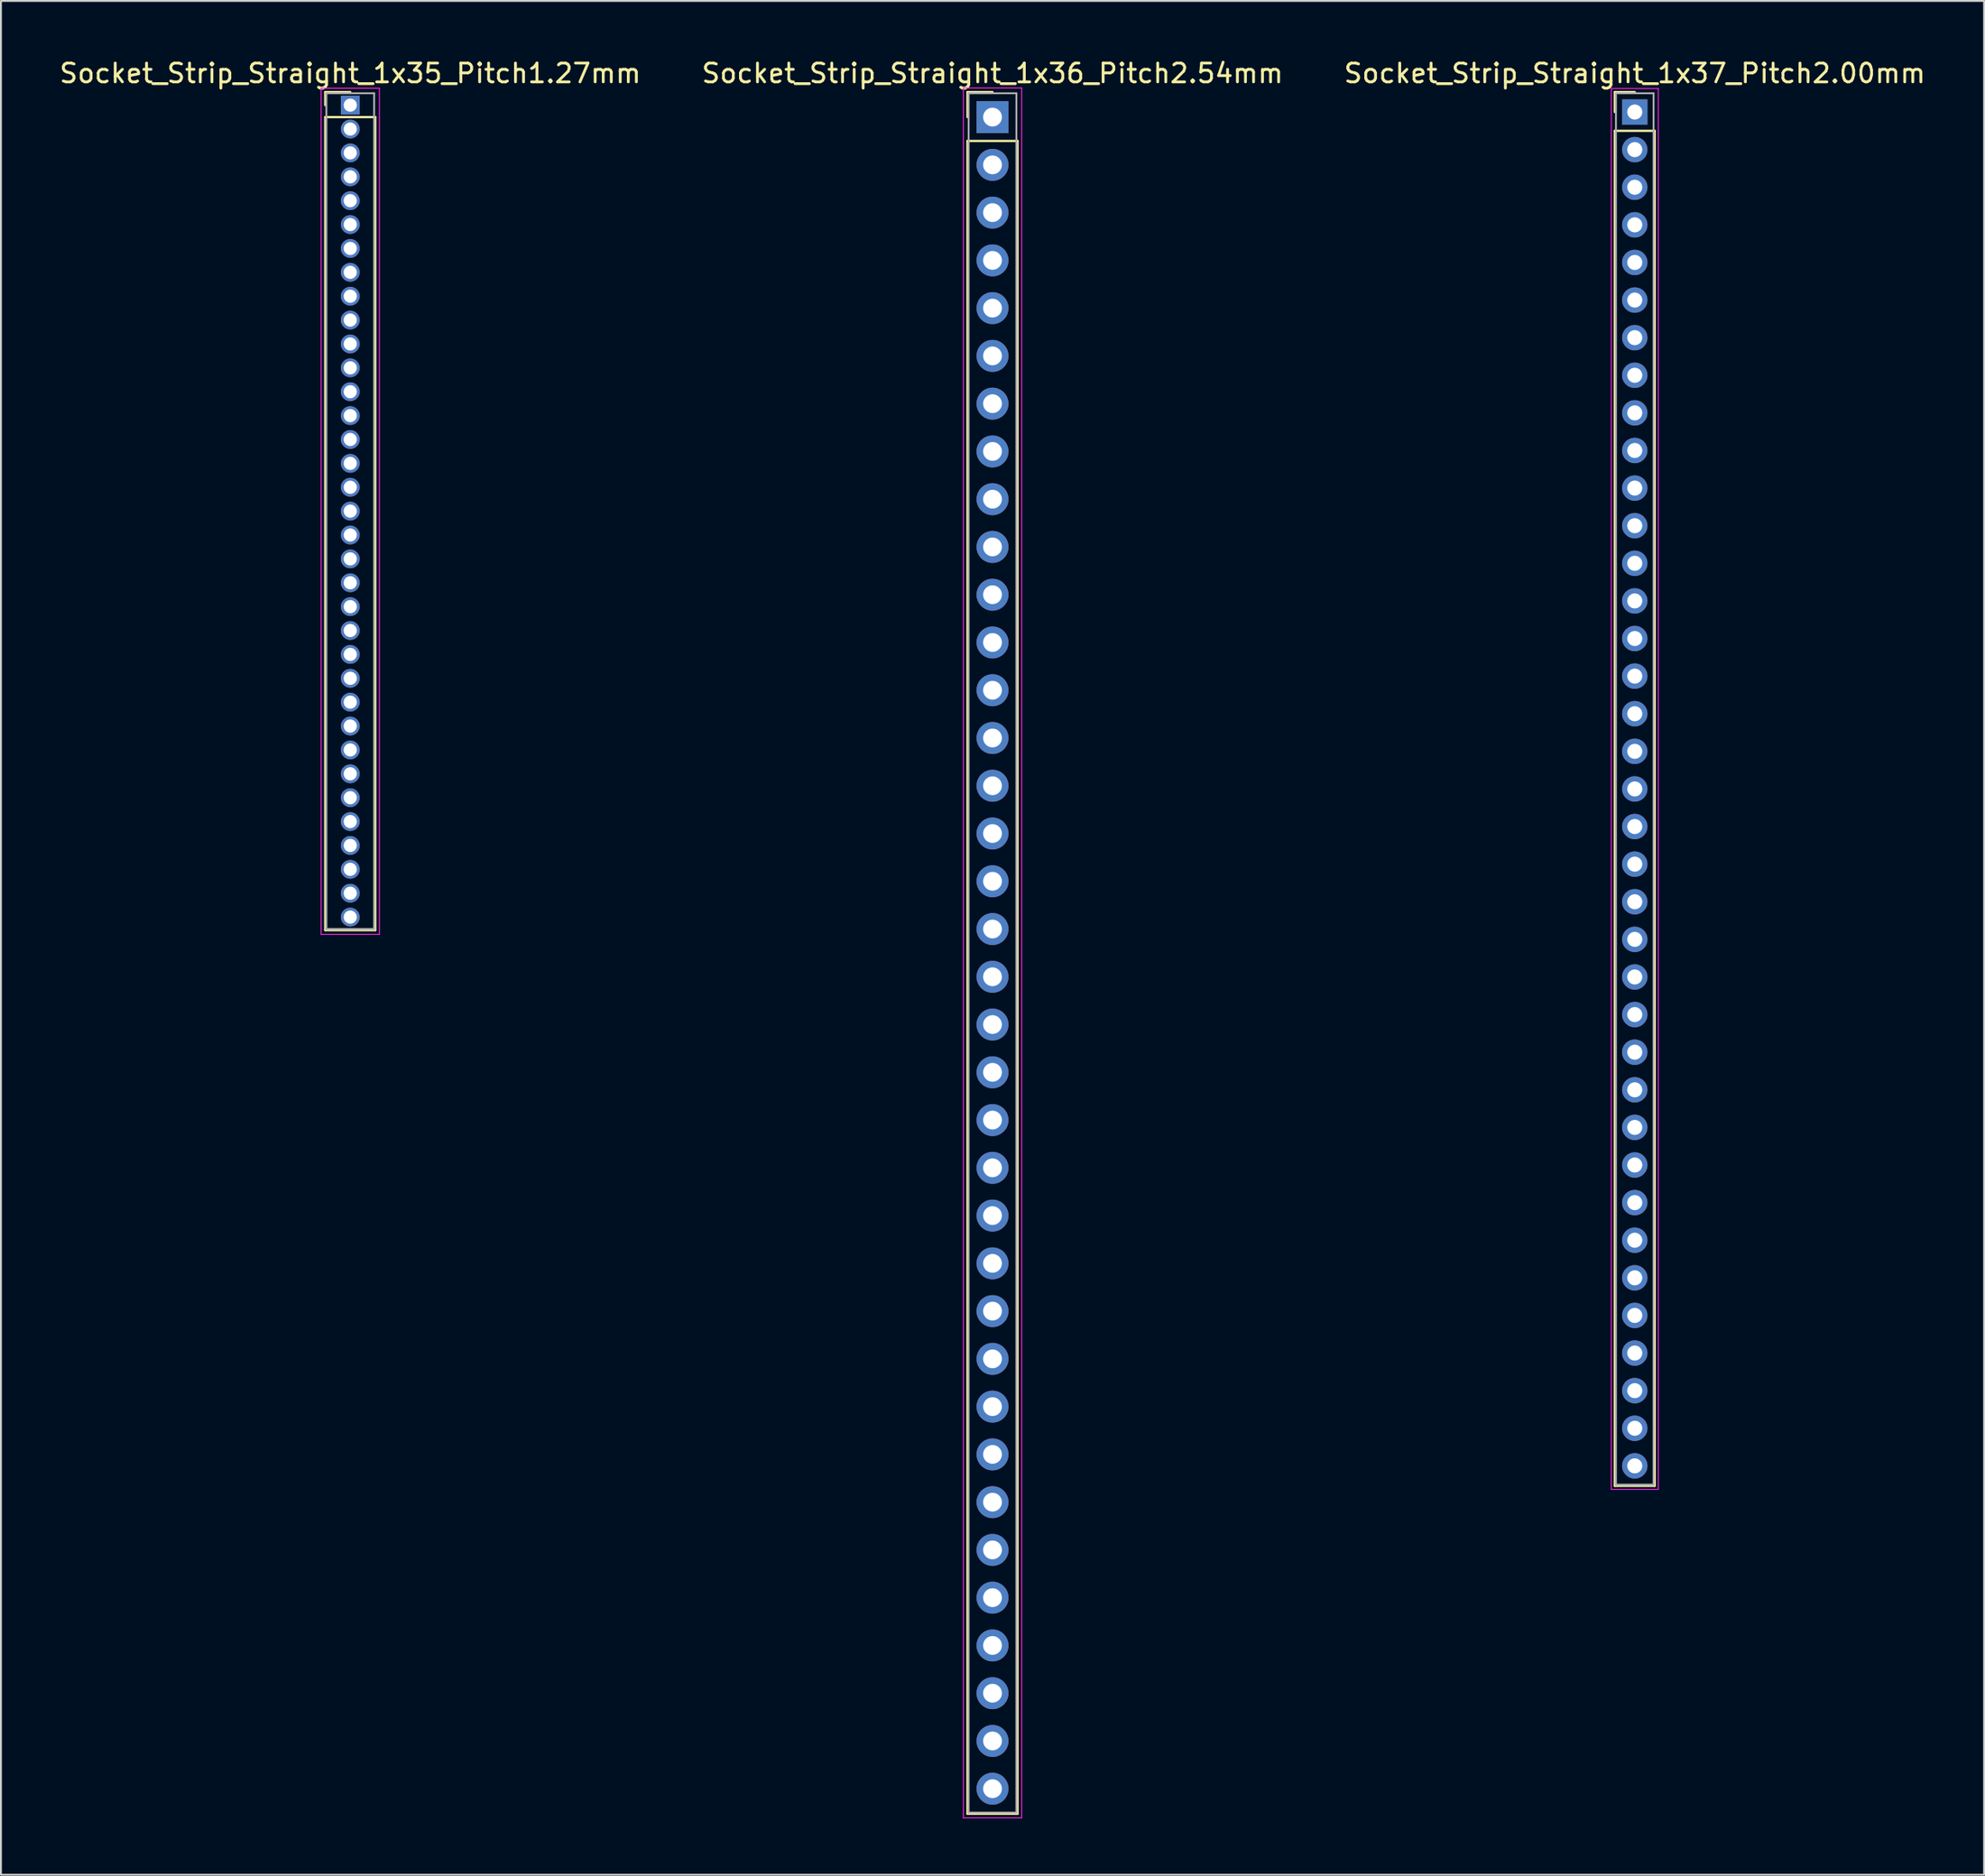
<source format=kicad_pcb>
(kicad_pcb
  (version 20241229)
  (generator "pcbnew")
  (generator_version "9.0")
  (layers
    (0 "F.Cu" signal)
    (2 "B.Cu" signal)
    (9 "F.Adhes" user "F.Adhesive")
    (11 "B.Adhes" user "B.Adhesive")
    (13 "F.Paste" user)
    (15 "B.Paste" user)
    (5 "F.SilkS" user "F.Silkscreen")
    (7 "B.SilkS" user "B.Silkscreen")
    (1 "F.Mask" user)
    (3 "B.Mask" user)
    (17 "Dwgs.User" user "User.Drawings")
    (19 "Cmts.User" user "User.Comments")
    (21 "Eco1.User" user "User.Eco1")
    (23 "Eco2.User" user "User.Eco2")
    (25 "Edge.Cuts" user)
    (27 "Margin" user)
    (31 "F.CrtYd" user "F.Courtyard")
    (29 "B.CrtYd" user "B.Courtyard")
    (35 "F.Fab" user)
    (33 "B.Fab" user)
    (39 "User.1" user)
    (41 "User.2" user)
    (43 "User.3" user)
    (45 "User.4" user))
  (footprint "Socket_Strip_Straight_1x36_Pitch2.54mm"
    (layer "F.Cu")
    (at 49.732 3.178)
    (property "Reference" "Socket_Strip_Straight_1x36_Pitch2.54mm" (at 0 -2.33 0) (layer "F.SilkS") (effects (font (size 1 1) (thickness 0.15))))
    (attr through_hole)
    (fp_line (start -1.33 -1.33) (end 0 -1.33) (stroke (width 0.12) (type solid)) (layer "F.SilkS"))
    (fp_line (start -1.33 0) (end -1.33 -1.33) (stroke (width 0.12) (type solid)) (layer "F.SilkS"))
    (fp_line (start -1.33 1.27) (end -1.33 90.23) (stroke (width 0.12) (type solid)) (layer "F.SilkS"))
    (fp_line (start -1.33 90.23) (end 1.33 90.23) (stroke (width 0.12) (type solid)) (layer "F.SilkS"))
    (fp_line (start 1.33 1.27) (end -1.33 1.27) (stroke (width 0.12) (type solid)) (layer "F.SilkS"))
    (fp_line (start 1.33 90.23) (end 1.33 1.27) (stroke (width 0.12) (type solid)) (layer "F.SilkS"))
    (fp_line (start -1.55 -1.55) (end -1.55 90.45) (stroke (width 0.05) (type solid)) (layer "F.CrtYd"))
    (fp_line (start -1.55 90.45) (end 1.55 90.45) (stroke (width 0.05) (type solid)) (layer "F.CrtYd"))
    (fp_line (start 1.55 -1.55) (end -1.55 -1.55) (stroke (width 0.05) (type solid)) (layer "F.CrtYd"))
    (fp_line (start 1.55 90.45) (end 1.55 -1.55) (stroke (width 0.05) (type solid)) (layer "F.CrtYd"))
    (fp_line (start -1.27 -1.27) (end -1.27 90.17) (stroke (width 0.1) (type solid)) (layer "F.Fab"))
    (fp_line (start -1.27 90.17) (end 1.27 90.17) (stroke (width 0.1) (type solid)) (layer "F.Fab"))
    (fp_line (start 1.27 -1.27) (end -1.27 -1.27) (stroke (width 0.1) (type solid)) (layer "F.Fab"))
    (fp_line (start 1.27 90.17) (end 1.27 -1.27) (stroke (width 0.1) (type solid)) (layer "F.Fab"))
    (pad "1" thru_hole rect (at 0 0) (size 1.7 1.7) (drill 1) (layers "*.Cu" "*.Mask"))
    (pad "2" thru_hole oval (at 0 2.54) (size 1.7 1.7) (drill 1) (layers "*.Cu" "*.Mask"))
    (pad "3" thru_hole oval (at 0 5.08) (size 1.7 1.7) (drill 1) (layers "*.Cu" "*.Mask"))
    (pad "4" thru_hole oval (at 0 7.62) (size 1.7 1.7) (drill 1) (layers "*.Cu" "*.Mask"))
    (pad "5" thru_hole oval (at 0 10.16) (size 1.7 1.7) (drill 1) (layers "*.Cu" "*.Mask"))
    (pad "6" thru_hole oval (at 0 12.7) (size 1.7 1.7) (drill 1) (layers "*.Cu" "*.Mask"))
    (pad "7" thru_hole oval (at 0 15.24) (size 1.7 1.7) (drill 1) (layers "*.Cu" "*.Mask"))
    (pad "8" thru_hole oval (at 0 17.78) (size 1.7 1.7) (drill 1) (layers "*.Cu" "*.Mask"))
    (pad "9" thru_hole oval (at 0 20.32) (size 1.7 1.7) (drill 1) (layers "*.Cu" "*.Mask"))
    (pad "10" thru_hole oval (at 0 22.86) (size 1.7 1.7) (drill 1) (layers "*.Cu" "*.Mask"))
    (pad "11" thru_hole oval (at 0 25.4) (size 1.7 1.7) (drill 1) (layers "*.Cu" "*.Mask"))
    (pad "12" thru_hole oval (at 0 27.94) (size 1.7 1.7) (drill 1) (layers "*.Cu" "*.Mask"))
    (pad "13" thru_hole oval (at 0 30.48) (size 1.7 1.7) (drill 1) (layers "*.Cu" "*.Mask"))
    (pad "14" thru_hole oval (at 0 33.02) (size 1.7 1.7) (drill 1) (layers "*.Cu" "*.Mask"))
    (pad "15" thru_hole oval (at 0 35.56) (size 1.7 1.7) (drill 1) (layers "*.Cu" "*.Mask"))
    (pad "16" thru_hole oval (at 0 38.1) (size 1.7 1.7) (drill 1) (layers "*.Cu" "*.Mask"))
    (pad "17" thru_hole oval (at 0 40.64) (size 1.7 1.7) (drill 1) (layers "*.Cu" "*.Mask"))
    (pad "18" thru_hole oval (at 0 43.18) (size 1.7 1.7) (drill 1) (layers "*.Cu" "*.Mask"))
    (pad "19" thru_hole oval (at 0 45.72) (size 1.7 1.7) (drill 1) (layers "*.Cu" "*.Mask"))
    (pad "20" thru_hole oval (at 0 48.26) (size 1.7 1.7) (drill 1) (layers "*.Cu" "*.Mask"))
    (pad "21" thru_hole oval (at 0 50.8) (size 1.7 1.7) (drill 1) (layers "*.Cu" "*.Mask"))
    (pad "22" thru_hole oval (at 0 53.34) (size 1.7 1.7) (drill 1) (layers "*.Cu" "*.Mask"))
    (pad "23" thru_hole oval (at 0 55.88) (size 1.7 1.7) (drill 1) (layers "*.Cu" "*.Mask"))
    (pad "24" thru_hole oval (at 0 58.42) (size 1.7 1.7) (drill 1) (layers "*.Cu" "*.Mask"))
    (pad "25" thru_hole oval (at 0 60.96) (size 1.7 1.7) (drill 1) (layers "*.Cu" "*.Mask"))
    (pad "26" thru_hole oval (at 0 63.5) (size 1.7 1.7) (drill 1) (layers "*.Cu" "*.Mask"))
    (pad "27" thru_hole oval (at 0 66.04) (size 1.7 1.7) (drill 1) (layers "*.Cu" "*.Mask"))
    (pad "28" thru_hole oval (at 0 68.58) (size 1.7 1.7) (drill 1) (layers "*.Cu" "*.Mask"))
    (pad "29" thru_hole oval (at 0 71.12) (size 1.7 1.7) (drill 1) (layers "*.Cu" "*.Mask"))
    (pad "30" thru_hole oval (at 0 73.66) (size 1.7 1.7) (drill 1) (layers "*.Cu" "*.Mask"))
    (pad "31" thru_hole oval (at 0 76.2) (size 1.7 1.7) (drill 1) (layers "*.Cu" "*.Mask"))
    (pad "32" thru_hole oval (at 0 78.74) (size 1.7 1.7) (drill 1) (layers "*.Cu" "*.Mask"))
    (pad "33" thru_hole oval (at 0 81.28) (size 1.7 1.7) (drill 1) (layers "*.Cu" "*.Mask"))
    (pad "34" thru_hole oval (at 0 83.82) (size 1.7 1.7) (drill 1) (layers "*.Cu" "*.Mask"))
    (pad "35" thru_hole oval (at 0 86.36) (size 1.7 1.7) (drill 1) (layers "*.Cu" "*.Mask"))
    (pad "36" thru_hole oval (at 0 88.9) (size 1.7 1.7) (drill 1) (layers "*.Cu" "*.Mask")))
  (footprint "Socket_Strip_Straight_1x37_Pitch2.00mm"
    (layer "F.Cu")
    (at 83.887 2.908)
    (property "Reference" "Socket_Strip_Straight_1x37_Pitch2.00mm" (at 0 -2.06 0) (layer "F.SilkS") (effects (font (size 1 1) (thickness 0.15))))
    (attr through_hole)
    (fp_line (start -1.06 -1.06) (end 0 -1.06) (stroke (width 0.12) (type solid)) (layer "F.SilkS"))
    (fp_line (start -1.06 0) (end -1.06 -1.06) (stroke (width 0.12) (type solid)) (layer "F.SilkS"))
    (fp_line (start -1.06 1) (end -1.06 73.06) (stroke (width 0.12) (type solid)) (layer "F.SilkS"))
    (fp_line (start -1.06 73.06) (end 1.06 73.06) (stroke (width 0.12) (type solid)) (layer "F.SilkS"))
    (fp_line (start 1.06 1) (end -1.06 1) (stroke (width 0.12) (type solid)) (layer "F.SilkS"))
    (fp_line (start 1.06 73.06) (end 1.06 1) (stroke (width 0.12) (type solid)) (layer "F.SilkS"))
    (fp_line (start -1.25 -1.25) (end -1.25 73.25) (stroke (width 0.05) (type solid)) (layer "F.CrtYd"))
    (fp_line (start -1.25 73.25) (end 1.25 73.25) (stroke (width 0.05) (type solid)) (layer "F.CrtYd"))
    (fp_line (start 1.25 -1.25) (end -1.25 -1.25) (stroke (width 0.05) (type solid)) (layer "F.CrtYd"))
    (fp_line (start 1.25 73.25) (end 1.25 -1.25) (stroke (width 0.05) (type solid)) (layer "F.CrtYd"))
    (fp_line (start -1 -1) (end -1 73) (stroke (width 0.1) (type solid)) (layer "F.Fab"))
    (fp_line (start -1 73) (end 1 73) (stroke (width 0.1) (type solid)) (layer "F.Fab"))
    (fp_line (start 1 -1) (end -1 -1) (stroke (width 0.1) (type solid)) (layer "F.Fab"))
    (fp_line (start 1 73) (end 1 -1) (stroke (width 0.1) (type solid)) (layer "F.Fab"))
    (pad "1" thru_hole rect (at 0 0) (size 1.35 1.35) (drill 0.8) (layers "*.Cu" "*.Mask"))
    (pad "2" thru_hole oval (at 0 2) (size 1.35 1.35) (drill 0.8) (layers "*.Cu" "*.Mask"))
    (pad "3" thru_hole oval (at 0 4) (size 1.35 1.35) (drill 0.8) (layers "*.Cu" "*.Mask"))
    (pad "4" thru_hole oval (at 0 6) (size 1.35 1.35) (drill 0.8) (layers "*.Cu" "*.Mask"))
    (pad "5" thru_hole oval (at 0 8) (size 1.35 1.35) (drill 0.8) (layers "*.Cu" "*.Mask"))
    (pad "6" thru_hole oval (at 0 10) (size 1.35 1.35) (drill 0.8) (layers "*.Cu" "*.Mask"))
    (pad "7" thru_hole oval (at 0 12) (size 1.35 1.35) (drill 0.8) (layers "*.Cu" "*.Mask"))
    (pad "8" thru_hole oval (at 0 14) (size 1.35 1.35) (drill 0.8) (layers "*.Cu" "*.Mask"))
    (pad "9" thru_hole oval (at 0 16) (size 1.35 1.35) (drill 0.8) (layers "*.Cu" "*.Mask"))
    (pad "10" thru_hole oval (at 0 18) (size 1.35 1.35) (drill 0.8) (layers "*.Cu" "*.Mask"))
    (pad "11" thru_hole oval (at 0 20) (size 1.35 1.35) (drill 0.8) (layers "*.Cu" "*.Mask"))
    (pad "12" thru_hole oval (at 0 22) (size 1.35 1.35) (drill 0.8) (layers "*.Cu" "*.Mask"))
    (pad "13" thru_hole oval (at 0 24) (size 1.35 1.35) (drill 0.8) (layers "*.Cu" "*.Mask"))
    (pad "14" thru_hole oval (at 0 26) (size 1.35 1.35) (drill 0.8) (layers "*.Cu" "*.Mask"))
    (pad "15" thru_hole oval (at 0 28) (size 1.35 1.35) (drill 0.8) (layers "*.Cu" "*.Mask"))
    (pad "16" thru_hole oval (at 0 30) (size 1.35 1.35) (drill 0.8) (layers "*.Cu" "*.Mask"))
    (pad "17" thru_hole oval (at 0 32) (size 1.35 1.35) (drill 0.8) (layers "*.Cu" "*.Mask"))
    (pad "18" thru_hole oval (at 0 34) (size 1.35 1.35) (drill 0.8) (layers "*.Cu" "*.Mask"))
    (pad "19" thru_hole oval (at 0 36) (size 1.35 1.35) (drill 0.8) (layers "*.Cu" "*.Mask"))
    (pad "20" thru_hole oval (at 0 38) (size 1.35 1.35) (drill 0.8) (layers "*.Cu" "*.Mask"))
    (pad "21" thru_hole oval (at 0 40) (size 1.35 1.35) (drill 0.8) (layers "*.Cu" "*.Mask"))
    (pad "22" thru_hole oval (at 0 42) (size 1.35 1.35) (drill 0.8) (layers "*.Cu" "*.Mask"))
    (pad "23" thru_hole oval (at 0 44) (size 1.35 1.35) (drill 0.8) (layers "*.Cu" "*.Mask"))
    (pad "24" thru_hole oval (at 0 46) (size 1.35 1.35) (drill 0.8) (layers "*.Cu" "*.Mask"))
    (pad "25" thru_hole oval (at 0 48) (size 1.35 1.35) (drill 0.8) (layers "*.Cu" "*.Mask"))
    (pad "26" thru_hole oval (at 0 50) (size 1.35 1.35) (drill 0.8) (layers "*.Cu" "*.Mask"))
    (pad "27" thru_hole oval (at 0 52) (size 1.35 1.35) (drill 0.8) (layers "*.Cu" "*.Mask"))
    (pad "28" thru_hole oval (at 0 54) (size 1.35 1.35) (drill 0.8) (layers "*.Cu" "*.Mask"))
    (pad "29" thru_hole oval (at 0 56) (size 1.35 1.35) (drill 0.8) (layers "*.Cu" "*.Mask"))
    (pad "30" thru_hole oval (at 0 58) (size 1.35 1.35) (drill 0.8) (layers "*.Cu" "*.Mask"))
    (pad "31" thru_hole oval (at 0 60) (size 1.35 1.35) (drill 0.8) (layers "*.Cu" "*.Mask"))
    (pad "32" thru_hole oval (at 0 62) (size 1.35 1.35) (drill 0.8) (layers "*.Cu" "*.Mask"))
    (pad "33" thru_hole oval (at 0 64) (size 1.35 1.35) (drill 0.8) (layers "*.Cu" "*.Mask"))
    (pad "34" thru_hole oval (at 0 66) (size 1.35 1.35) (drill 0.8) (layers "*.Cu" "*.Mask"))
    (pad "35" thru_hole oval (at 0 68) (size 1.35 1.35) (drill 0.8) (layers "*.Cu" "*.Mask"))
    (pad "36" thru_hole oval (at 0 70) (size 1.35 1.35) (drill 0.8) (layers "*.Cu" "*.Mask"))
    (pad "37" thru_hole oval (at 0 72) (size 1.35 1.35) (drill 0.8) (layers "*.Cu" "*.Mask")))
  (footprint "Socket_Strip_Straight_1x35_Pitch1.27mm"
    (layer "F.Cu")
    (at 15.577 2.543)
    (property "Reference" "Socket_Strip_Straight_1x35_Pitch1.27mm" (at 0 -1.695 0) (layer "F.SilkS") (effects (font (size 1 1) (thickness 0.15))))
    (attr through_hole)
    (fp_line (start -1.33 -0.695) (end 0 -0.695) (stroke (width 0.12) (type solid)) (layer "F.SilkS"))
    (fp_line (start -1.33 0) (end -1.33 -0.695) (stroke (width 0.12) (type solid)) (layer "F.SilkS"))
    (fp_line (start -1.33 0.635) (end -1.33 43.875) (stroke (width 0.12) (type solid)) (layer "F.SilkS"))
    (fp_line (start -1.33 43.875) (end 1.33 43.875) (stroke (width 0.12) (type solid)) (layer "F.SilkS"))
    (fp_line (start 1.33 0.635) (end -1.33 0.635) (stroke (width 0.12) (type solid)) (layer "F.SilkS"))
    (fp_line (start 1.33 43.875) (end 1.33 0.635) (stroke (width 0.12) (type solid)) (layer "F.SilkS"))
    (fp_line (start -1.55 -0.9) (end -1.55 44.1) (stroke (width 0.05) (type solid)) (layer "F.CrtYd"))
    (fp_line (start -1.55 44.1) (end 1.55 44.1) (stroke (width 0.05) (type solid)) (layer "F.CrtYd"))
    (fp_line (start 1.55 -0.9) (end -1.55 -0.9) (stroke (width 0.05) (type solid)) (layer "F.CrtYd"))
    (fp_line (start 1.55 44.1) (end 1.55 -0.9) (stroke (width 0.05) (type solid)) (layer "F.CrtYd"))
    (fp_line (start -1.27 -0.635) (end -1.27 43.815) (stroke (width 0.1) (type solid)) (layer "F.Fab"))
    (fp_line (start -1.27 43.815) (end 1.27 43.815) (stroke (width 0.1) (type solid)) (layer "F.Fab"))
    (fp_line (start 1.27 -0.635) (end -1.27 -0.635) (stroke (width 0.1) (type solid)) (layer "F.Fab"))
    (fp_line (start 1.27 43.815) (end 1.27 -0.635) (stroke (width 0.1) (type solid)) (layer "F.Fab"))
    (pad "1" thru_hole rect (at 0 0) (size 1 1) (drill 0.7) (layers "*.Cu" "*.Mask"))
    (pad "2" thru_hole oval (at 0 1.27) (size 1 1) (drill 0.7) (layers "*.Cu" "*.Mask"))
    (pad "3" thru_hole oval (at 0 2.54) (size 1 1) (drill 0.7) (layers "*.Cu" "*.Mask"))
    (pad "4" thru_hole oval (at 0 3.81) (size 1 1) (drill 0.7) (layers "*.Cu" "*.Mask"))
    (pad "5" thru_hole oval (at 0 5.08) (size 1 1) (drill 0.7) (layers "*.Cu" "*.Mask"))
    (pad "6" thru_hole oval (at 0 6.35) (size 1 1) (drill 0.7) (layers "*.Cu" "*.Mask"))
    (pad "7" thru_hole oval (at 0 7.62) (size 1 1) (drill 0.7) (layers "*.Cu" "*.Mask"))
    (pad "8" thru_hole oval (at 0 8.89) (size 1 1) (drill 0.7) (layers "*.Cu" "*.Mask"))
    (pad "9" thru_hole oval (at 0 10.16) (size 1 1) (drill 0.7) (layers "*.Cu" "*.Mask"))
    (pad "10" thru_hole oval (at 0 11.43) (size 1 1) (drill 0.7) (layers "*.Cu" "*.Mask"))
    (pad "11" thru_hole oval (at 0 12.7) (size 1 1) (drill 0.7) (layers "*.Cu" "*.Mask"))
    (pad "12" thru_hole oval (at 0 13.97) (size 1 1) (drill 0.7) (layers "*.Cu" "*.Mask"))
    (pad "13" thru_hole oval (at 0 15.24) (size 1 1) (drill 0.7) (layers "*.Cu" "*.Mask"))
    (pad "14" thru_hole oval (at 0 16.51) (size 1 1) (drill 0.7) (layers "*.Cu" "*.Mask"))
    (pad "15" thru_hole oval (at 0 17.78) (size 1 1) (drill 0.7) (layers "*.Cu" "*.Mask"))
    (pad "16" thru_hole oval (at 0 19.05) (size 1 1) (drill 0.7) (layers "*.Cu" "*.Mask"))
    (pad "17" thru_hole oval (at 0 20.32) (size 1 1) (drill 0.7) (layers "*.Cu" "*.Mask"))
    (pad "18" thru_hole oval (at 0 21.59) (size 1 1) (drill 0.7) (layers "*.Cu" "*.Mask"))
    (pad "19" thru_hole oval (at 0 22.86) (size 1 1) (drill 0.7) (layers "*.Cu" "*.Mask"))
    (pad "20" thru_hole oval (at 0 24.13) (size 1 1) (drill 0.7) (layers "*.Cu" "*.Mask"))
    (pad "21" thru_hole oval (at 0 25.4) (size 1 1) (drill 0.7) (layers "*.Cu" "*.Mask"))
    (pad "22" thru_hole oval (at 0 26.67) (size 1 1) (drill 0.7) (layers "*.Cu" "*.Mask"))
    (pad "23" thru_hole oval (at 0 27.94) (size 1 1) (drill 0.7) (layers "*.Cu" "*.Mask"))
    (pad "24" thru_hole oval (at 0 29.21) (size 1 1) (drill 0.7) (layers "*.Cu" "*.Mask"))
    (pad "25" thru_hole oval (at 0 30.48) (size 1 1) (drill 0.7) (layers "*.Cu" "*.Mask"))
    (pad "26" thru_hole oval (at 0 31.75) (size 1 1) (drill 0.7) (layers "*.Cu" "*.Mask"))
    (pad "27" thru_hole oval (at 0 33.02) (size 1 1) (drill 0.7) (layers "*.Cu" "*.Mask"))
    (pad "28" thru_hole oval (at 0 34.29) (size 1 1) (drill 0.7) (layers "*.Cu" "*.Mask"))
    (pad "29" thru_hole oval (at 0 35.56) (size 1 1) (drill 0.7) (layers "*.Cu" "*.Mask"))
    (pad "30" thru_hole oval (at 0 36.83) (size 1 1) (drill 0.7) (layers "*.Cu" "*.Mask"))
    (pad "31" thru_hole oval (at 0 38.1) (size 1 1) (drill 0.7) (layers "*.Cu" "*.Mask"))
    (pad "32" thru_hole oval (at 0 39.37) (size 1 1) (drill 0.7) (layers "*.Cu" "*.Mask"))
    (pad "33" thru_hole oval (at 0 40.64) (size 1 1) (drill 0.7) (layers "*.Cu" "*.Mask"))
    (pad "34" thru_hole oval (at 0 41.91) (size 1 1) (drill 0.7) (layers "*.Cu" "*.Mask"))
    (pad "35" thru_hole oval (at 0 43.18) (size 1 1) (drill 0.7) (layers "*.Cu" "*.Mask")))
  (gr_rect
    (start -3 -3)
    (end 102.464 96.653)
    (stroke (width 0.1) (type default))
    (fill no)
    (layer "Edge.Cuts")))
</source>
